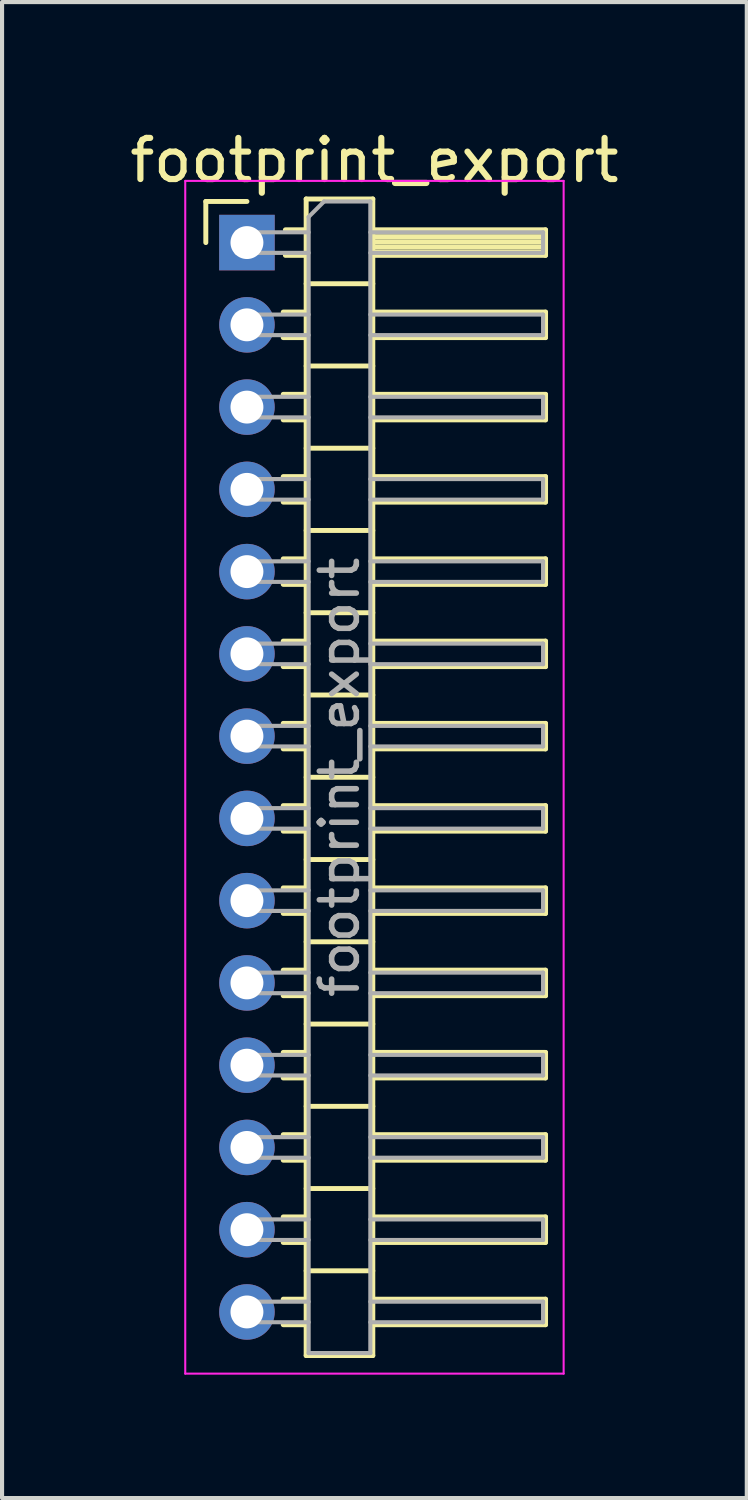
<source format=kicad_pcb>
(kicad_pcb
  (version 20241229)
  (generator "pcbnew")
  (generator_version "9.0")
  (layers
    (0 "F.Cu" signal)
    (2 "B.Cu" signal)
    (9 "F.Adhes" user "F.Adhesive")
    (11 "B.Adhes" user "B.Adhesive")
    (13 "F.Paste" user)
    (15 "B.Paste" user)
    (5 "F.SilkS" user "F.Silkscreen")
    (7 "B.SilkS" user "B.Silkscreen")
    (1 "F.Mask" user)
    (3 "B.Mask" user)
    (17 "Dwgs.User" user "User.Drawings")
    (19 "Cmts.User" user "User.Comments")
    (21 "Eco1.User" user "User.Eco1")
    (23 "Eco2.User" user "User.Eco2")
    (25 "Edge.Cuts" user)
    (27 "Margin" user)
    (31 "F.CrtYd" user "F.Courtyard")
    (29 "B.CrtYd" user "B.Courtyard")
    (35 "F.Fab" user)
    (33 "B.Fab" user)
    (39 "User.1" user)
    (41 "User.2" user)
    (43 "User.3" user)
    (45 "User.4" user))
  (footprint "footprint_export"
    (layer "F.Cu")
    (at 2.954 2.848)
    (property "Reference" "footprint_export" (at 3.1 -2 0) (layer "F.SilkS") (effects (font (size 1 1) (thickness 0.15))))
    (attr through_hole)
    (fp_line (start -1 -1) (end 0 -1) (stroke (width 0.12) (type solid)) (layer "F.SilkS"))
    (fp_line (start -1 0) (end -1 -1) (stroke (width 0.12) (type solid)) (layer "F.SilkS"))
    (fp_line (start 0.882 1.69) (end 1.44 1.69) (stroke (width 0.12) (type solid)) (layer "F.SilkS"))
    (fp_line (start 0.882 2.31) (end 1.44 2.31) (stroke (width 0.12) (type solid)) (layer "F.SilkS"))
    (fp_line (start 0.882 3.69) (end 1.44 3.69) (stroke (width 0.12) (type solid)) (layer "F.SilkS"))
    (fp_line (start 0.882 4.31) (end 1.44 4.31) (stroke (width 0.12) (type solid)) (layer "F.SilkS"))
    (fp_line (start 0.882 5.69) (end 1.44 5.69) (stroke (width 0.12) (type solid)) (layer "F.SilkS"))
    (fp_line (start 0.882 6.31) (end 1.44 6.31) (stroke (width 0.12) (type solid)) (layer "F.SilkS"))
    (fp_line (start 0.882 7.69) (end 1.44 7.69) (stroke (width 0.12) (type solid)) (layer "F.SilkS"))
    (fp_line (start 0.882 8.31) (end 1.44 8.31) (stroke (width 0.12) (type solid)) (layer "F.SilkS"))
    (fp_line (start 0.882 9.69) (end 1.44 9.69) (stroke (width 0.12) (type solid)) (layer "F.SilkS"))
    (fp_line (start 0.882 10.31) (end 1.44 10.31) (stroke (width 0.12) (type solid)) (layer "F.SilkS"))
    (fp_line (start 0.882 11.69) (end 1.44 11.69) (stroke (width 0.12) (type solid)) (layer "F.SilkS"))
    (fp_line (start 0.882 12.31) (end 1.44 12.31) (stroke (width 0.12) (type solid)) (layer "F.SilkS"))
    (fp_line (start 0.882 13.69) (end 1.44 13.69) (stroke (width 0.12) (type solid)) (layer "F.SilkS"))
    (fp_line (start 0.882 14.31) (end 1.44 14.31) (stroke (width 0.12) (type solid)) (layer "F.SilkS"))
    (fp_line (start 0.882 15.69) (end 1.44 15.69) (stroke (width 0.12) (type solid)) (layer "F.SilkS"))
    (fp_line (start 0.882 16.31) (end 1.44 16.31) (stroke (width 0.12) (type solid)) (layer "F.SilkS"))
    (fp_line (start 0.882 17.69) (end 1.44 17.69) (stroke (width 0.12) (type solid)) (layer "F.SilkS"))
    (fp_line (start 0.882 18.31) (end 1.44 18.31) (stroke (width 0.12) (type solid)) (layer "F.SilkS"))
    (fp_line (start 0.882 19.69) (end 1.44 19.69) (stroke (width 0.12) (type solid)) (layer "F.SilkS"))
    (fp_line (start 0.882 20.31) (end 1.44 20.31) (stroke (width 0.12) (type solid)) (layer "F.SilkS"))
    (fp_line (start 0.882 21.69) (end 1.44 21.69) (stroke (width 0.12) (type solid)) (layer "F.SilkS"))
    (fp_line (start 0.882 22.31) (end 1.44 22.31) (stroke (width 0.12) (type solid)) (layer "F.SilkS"))
    (fp_line (start 0.882 23.69) (end 1.44 23.69) (stroke (width 0.12) (type solid)) (layer "F.SilkS"))
    (fp_line (start 0.882 24.31) (end 1.44 24.31) (stroke (width 0.12) (type solid)) (layer "F.SilkS"))
    (fp_line (start 0.882 25.69) (end 1.44 25.69) (stroke (width 0.12) (type solid)) (layer "F.SilkS"))
    (fp_line (start 0.882 26.31) (end 1.44 26.31) (stroke (width 0.12) (type solid)) (layer "F.SilkS"))
    (fp_line (start 0.935 -0.31) (end 1.44 -0.31) (stroke (width 0.12) (type solid)) (layer "F.SilkS"))
    (fp_line (start 0.935 0.31) (end 1.44 0.31) (stroke (width 0.12) (type solid)) (layer "F.SilkS"))
    (fp_line (start 1.44 -1.06) (end 1.44 27.06) (stroke (width 0.12) (type solid)) (layer "F.SilkS"))
    (fp_line (start 1.44 1) (end 3.06 1) (stroke (width 0.12) (type solid)) (layer "F.SilkS"))
    (fp_line (start 1.44 3) (end 3.06 3) (stroke (width 0.12) (type solid)) (layer "F.SilkS"))
    (fp_line (start 1.44 5) (end 3.06 5) (stroke (width 0.12) (type solid)) (layer "F.SilkS"))
    (fp_line (start 1.44 7) (end 3.06 7) (stroke (width 0.12) (type solid)) (layer "F.SilkS"))
    (fp_line (start 1.44 9) (end 3.06 9) (stroke (width 0.12) (type solid)) (layer "F.SilkS"))
    (fp_line (start 1.44 11) (end 3.06 11) (stroke (width 0.12) (type solid)) (layer "F.SilkS"))
    (fp_line (start 1.44 13) (end 3.06 13) (stroke (width 0.12) (type solid)) (layer "F.SilkS"))
    (fp_line (start 1.44 15) (end 3.06 15) (stroke (width 0.12) (type solid)) (layer "F.SilkS"))
    (fp_line (start 1.44 17) (end 3.06 17) (stroke (width 0.12) (type solid)) (layer "F.SilkS"))
    (fp_line (start 1.44 19) (end 3.06 19) (stroke (width 0.12) (type solid)) (layer "F.SilkS"))
    (fp_line (start 1.44 21) (end 3.06 21) (stroke (width 0.12) (type solid)) (layer "F.SilkS"))
    (fp_line (start 1.44 23) (end 3.06 23) (stroke (width 0.12) (type solid)) (layer "F.SilkS"))
    (fp_line (start 1.44 25) (end 3.06 25) (stroke (width 0.12) (type solid)) (layer "F.SilkS"))
    (fp_line (start 1.44 27.06) (end 3.06 27.06) (stroke (width 0.12) (type solid)) (layer "F.SilkS"))
    (fp_line (start 3.06 -1.06) (end 1.44 -1.06) (stroke (width 0.12) (type solid)) (layer "F.SilkS"))
    (fp_line (start 3.06 -0.31) (end 7.26 -0.31) (stroke (width 0.12) (type solid)) (layer "F.SilkS"))
    (fp_line (start 3.06 -0.25) (end 7.26 -0.25) (stroke (width 0.12) (type solid)) (layer "F.SilkS"))
    (fp_line (start 3.06 -0.13) (end 7.26 -0.13) (stroke (width 0.12) (type solid)) (layer "F.SilkS"))
    (fp_line (start 3.06 -0.01) (end 7.26 -0.01) (stroke (width 0.12) (type solid)) (layer "F.SilkS"))
    (fp_line (start 3.06 0.11) (end 7.26 0.11) (stroke (width 0.12) (type solid)) (layer "F.SilkS"))
    (fp_line (start 3.06 0.23) (end 7.26 0.23) (stroke (width 0.12) (type solid)) (layer "F.SilkS"))
    (fp_line (start 3.06 1.69) (end 7.26 1.69) (stroke (width 0.12) (type solid)) (layer "F.SilkS"))
    (fp_line (start 3.06 3.69) (end 7.26 3.69) (stroke (width 0.12) (type solid)) (layer "F.SilkS"))
    (fp_line (start 3.06 5.69) (end 7.26 5.69) (stroke (width 0.12) (type solid)) (layer "F.SilkS"))
    (fp_line (start 3.06 7.69) (end 7.26 7.69) (stroke (width 0.12) (type solid)) (layer "F.SilkS"))
    (fp_line (start 3.06 9.69) (end 7.26 9.69) (stroke (width 0.12) (type solid)) (layer "F.SilkS"))
    (fp_line (start 3.06 11.69) (end 7.26 11.69) (stroke (width 0.12) (type solid)) (layer "F.SilkS"))
    (fp_line (start 3.06 13.69) (end 7.26 13.69) (stroke (width 0.12) (type solid)) (layer "F.SilkS"))
    (fp_line (start 3.06 15.69) (end 7.26 15.69) (stroke (width 0.12) (type solid)) (layer "F.SilkS"))
    (fp_line (start 3.06 17.69) (end 7.26 17.69) (stroke (width 0.12) (type solid)) (layer "F.SilkS"))
    (fp_line (start 3.06 19.69) (end 7.26 19.69) (stroke (width 0.12) (type solid)) (layer "F.SilkS"))
    (fp_line (start 3.06 21.69) (end 7.26 21.69) (stroke (width 0.12) (type solid)) (layer "F.SilkS"))
    (fp_line (start 3.06 23.69) (end 7.26 23.69) (stroke (width 0.12) (type solid)) (layer "F.SilkS"))
    (fp_line (start 3.06 25.69) (end 7.26 25.69) (stroke (width 0.12) (type solid)) (layer "F.SilkS"))
    (fp_line (start 3.06 27.06) (end 3.06 -1.06) (stroke (width 0.12) (type solid)) (layer "F.SilkS"))
    (fp_line (start 7.26 -0.31) (end 7.26 0.31) (stroke (width 0.12) (type solid)) (layer "F.SilkS"))
    (fp_line (start 7.26 0.31) (end 3.06 0.31) (stroke (width 0.12) (type solid)) (layer "F.SilkS"))
    (fp_line (start 7.26 1.69) (end 7.26 2.31) (stroke (width 0.12) (type solid)) (layer "F.SilkS"))
    (fp_line (start 7.26 2.31) (end 3.06 2.31) (stroke (width 0.12) (type solid)) (layer "F.SilkS"))
    (fp_line (start 7.26 3.69) (end 7.26 4.31) (stroke (width 0.12) (type solid)) (layer "F.SilkS"))
    (fp_line (start 7.26 4.31) (end 3.06 4.31) (stroke (width 0.12) (type solid)) (layer "F.SilkS"))
    (fp_line (start 7.26 5.69) (end 7.26 6.31) (stroke (width 0.12) (type solid)) (layer "F.SilkS"))
    (fp_line (start 7.26 6.31) (end 3.06 6.31) (stroke (width 0.12) (type solid)) (layer "F.SilkS"))
    (fp_line (start 7.26 7.69) (end 7.26 8.31) (stroke (width 0.12) (type solid)) (layer "F.SilkS"))
    (fp_line (start 7.26 8.31) (end 3.06 8.31) (stroke (width 0.12) (type solid)) (layer "F.SilkS"))
    (fp_line (start 7.26 9.69) (end 7.26 10.31) (stroke (width 0.12) (type solid)) (layer "F.SilkS"))
    (fp_line (start 7.26 10.31) (end 3.06 10.31) (stroke (width 0.12) (type solid)) (layer "F.SilkS"))
    (fp_line (start 7.26 11.69) (end 7.26 12.31) (stroke (width 0.12) (type solid)) (layer "F.SilkS"))
    (fp_line (start 7.26 12.31) (end 3.06 12.31) (stroke (width 0.12) (type solid)) (layer "F.SilkS"))
    (fp_line (start 7.26 13.69) (end 7.26 14.31) (stroke (width 0.12) (type solid)) (layer "F.SilkS"))
    (fp_line (start 7.26 14.31) (end 3.06 14.31) (stroke (width 0.12) (type solid)) (layer "F.SilkS"))
    (fp_line (start 7.26 15.69) (end 7.26 16.31) (stroke (width 0.12) (type solid)) (layer "F.SilkS"))
    (fp_line (start 7.26 16.31) (end 3.06 16.31) (stroke (width 0.12) (type solid)) (layer "F.SilkS"))
    (fp_line (start 7.26 17.69) (end 7.26 18.31) (stroke (width 0.12) (type solid)) (layer "F.SilkS"))
    (fp_line (start 7.26 18.31) (end 3.06 18.31) (stroke (width 0.12) (type solid)) (layer "F.SilkS"))
    (fp_line (start 7.26 19.69) (end 7.26 20.31) (stroke (width 0.12) (type solid)) (layer "F.SilkS"))
    (fp_line (start 7.26 20.31) (end 3.06 20.31) (stroke (width 0.12) (type solid)) (layer "F.SilkS"))
    (fp_line (start 7.26 21.69) (end 7.26 22.31) (stroke (width 0.12) (type solid)) (layer "F.SilkS"))
    (fp_line (start 7.26 22.31) (end 3.06 22.31) (stroke (width 0.12) (type solid)) (layer "F.SilkS"))
    (fp_line (start 7.26 23.69) (end 7.26 24.31) (stroke (width 0.12) (type solid)) (layer "F.SilkS"))
    (fp_line (start 7.26 24.31) (end 3.06 24.31) (stroke (width 0.12) (type solid)) (layer "F.SilkS"))
    (fp_line (start 7.26 25.69) (end 7.26 26.31) (stroke (width 0.12) (type solid)) (layer "F.SilkS"))
    (fp_line (start 7.26 26.31) (end 3.06 26.31) (stroke (width 0.12) (type solid)) (layer "F.SilkS"))
    (fp_line (start -1.5 -1.5) (end -1.5 27.5) (stroke (width 0.05) (type solid)) (layer "F.CrtYd"))
    (fp_line (start -1.5 27.5) (end 7.7 27.5) (stroke (width 0.05) (type solid)) (layer "F.CrtYd"))
    (fp_line (start 7.7 -1.5) (end -1.5 -1.5) (stroke (width 0.05) (type solid)) (layer "F.CrtYd"))
    (fp_line (start 7.7 27.5) (end 7.7 -1.5) (stroke (width 0.05) (type solid)) (layer "F.CrtYd"))
    (fp_line (start -0.25 -0.25) (end -0.25 0.25) (stroke (width 0.1) (type solid)) (layer "F.Fab"))
    (fp_line (start -0.25 -0.25) (end 1.5 -0.25) (stroke (width 0.1) (type solid)) (layer "F.Fab"))
    (fp_line (start -0.25 0.25) (end 1.5 0.25) (stroke (width 0.1) (type solid)) (layer "F.Fab"))
    (fp_line (start -0.25 1.75) (end -0.25 2.25) (stroke (width 0.1) (type solid)) (layer "F.Fab"))
    (fp_line (start -0.25 1.75) (end 1.5 1.75) (stroke (width 0.1) (type solid)) (layer "F.Fab"))
    (fp_line (start -0.25 2.25) (end 1.5 2.25) (stroke (width 0.1) (type solid)) (layer "F.Fab"))
    (fp_line (start -0.25 3.75) (end -0.25 4.25) (stroke (width 0.1) (type solid)) (layer "F.Fab"))
    (fp_line (start -0.25 3.75) (end 1.5 3.75) (stroke (width 0.1) (type solid)) (layer "F.Fab"))
    (fp_line (start -0.25 4.25) (end 1.5 4.25) (stroke (width 0.1) (type solid)) (layer "F.Fab"))
    (fp_line (start -0.25 5.75) (end -0.25 6.25) (stroke (width 0.1) (type solid)) (layer "F.Fab"))
    (fp_line (start -0.25 5.75) (end 1.5 5.75) (stroke (width 0.1) (type solid)) (layer "F.Fab"))
    (fp_line (start -0.25 6.25) (end 1.5 6.25) (stroke (width 0.1) (type solid)) (layer "F.Fab"))
    (fp_line (start -0.25 7.75) (end -0.25 8.25) (stroke (width 0.1) (type solid)) (layer "F.Fab"))
    (fp_line (start -0.25 7.75) (end 1.5 7.75) (stroke (width 0.1) (type solid)) (layer "F.Fab"))
    (fp_line (start -0.25 8.25) (end 1.5 8.25) (stroke (width 0.1) (type solid)) (layer "F.Fab"))
    (fp_line (start -0.25 9.75) (end -0.25 10.25) (stroke (width 0.1) (type solid)) (layer "F.Fab"))
    (fp_line (start -0.25 9.75) (end 1.5 9.75) (stroke (width 0.1) (type solid)) (layer "F.Fab"))
    (fp_line (start -0.25 10.25) (end 1.5 10.25) (stroke (width 0.1) (type solid)) (layer "F.Fab"))
    (fp_line (start -0.25 11.75) (end -0.25 12.25) (stroke (width 0.1) (type solid)) (layer "F.Fab"))
    (fp_line (start -0.25 11.75) (end 1.5 11.75) (stroke (width 0.1) (type solid)) (layer "F.Fab"))
    (fp_line (start -0.25 12.25) (end 1.5 12.25) (stroke (width 0.1) (type solid)) (layer "F.Fab"))
    (fp_line (start -0.25 13.75) (end -0.25 14.25) (stroke (width 0.1) (type solid)) (layer "F.Fab"))
    (fp_line (start -0.25 13.75) (end 1.5 13.75) (stroke (width 0.1) (type solid)) (layer "F.Fab"))
    (fp_line (start -0.25 14.25) (end 1.5 14.25) (stroke (width 0.1) (type solid)) (layer "F.Fab"))
    (fp_line (start -0.25 15.75) (end -0.25 16.25) (stroke (width 0.1) (type solid)) (layer "F.Fab"))
    (fp_line (start -0.25 15.75) (end 1.5 15.75) (stroke (width 0.1) (type solid)) (layer "F.Fab"))
    (fp_line (start -0.25 16.25) (end 1.5 16.25) (stroke (width 0.1) (type solid)) (layer "F.Fab"))
    (fp_line (start -0.25 17.75) (end -0.25 18.25) (stroke (width 0.1) (type solid)) (layer "F.Fab"))
    (fp_line (start -0.25 17.75) (end 1.5 17.75) (stroke (width 0.1) (type solid)) (layer "F.Fab"))
    (fp_line (start -0.25 18.25) (end 1.5 18.25) (stroke (width 0.1) (type solid)) (layer "F.Fab"))
    (fp_line (start -0.25 19.75) (end -0.25 20.25) (stroke (width 0.1) (type solid)) (layer "F.Fab"))
    (fp_line (start -0.25 19.75) (end 1.5 19.75) (stroke (width 0.1) (type solid)) (layer "F.Fab"))
    (fp_line (start -0.25 20.25) (end 1.5 20.25) (stroke (width 0.1) (type solid)) (layer "F.Fab"))
    (fp_line (start -0.25 21.75) (end -0.25 22.25) (stroke (width 0.1) (type solid)) (layer "F.Fab"))
    (fp_line (start -0.25 21.75) (end 1.5 21.75) (stroke (width 0.1) (type solid)) (layer "F.Fab"))
    (fp_line (start -0.25 22.25) (end 1.5 22.25) (stroke (width 0.1) (type solid)) (layer "F.Fab"))
    (fp_line (start -0.25 23.75) (end -0.25 24.25) (stroke (width 0.1) (type solid)) (layer "F.Fab"))
    (fp_line (start -0.25 23.75) (end 1.5 23.75) (stroke (width 0.1) (type solid)) (layer "F.Fab"))
    (fp_line (start -0.25 24.25) (end 1.5 24.25) (stroke (width 0.1) (type solid)) (layer "F.Fab"))
    (fp_line (start -0.25 25.75) (end -0.25 26.25) (stroke (width 0.1) (type solid)) (layer "F.Fab"))
    (fp_line (start -0.25 25.75) (end 1.5 25.75) (stroke (width 0.1) (type solid)) (layer "F.Fab"))
    (fp_line (start -0.25 26.25) (end 1.5 26.25) (stroke (width 0.1) (type solid)) (layer "F.Fab"))
    (fp_line (start 1.5 -0.625) (end 1.875 -1) (stroke (width 0.1) (type solid)) (layer "F.Fab"))
    (fp_line (start 1.5 27) (end 1.5 -0.625) (stroke (width 0.1) (type solid)) (layer "F.Fab"))
    (fp_line (start 1.875 -1) (end 3 -1) (stroke (width 0.1) (type solid)) (layer "F.Fab"))
    (fp_line (start 3 -1) (end 3 27) (stroke (width 0.1) (type solid)) (layer "F.Fab"))
    (fp_line (start 3 -0.25) (end 7.2 -0.25) (stroke (width 0.1) (type solid)) (layer "F.Fab"))
    (fp_line (start 3 0.25) (end 7.2 0.25) (stroke (width 0.1) (type solid)) (layer "F.Fab"))
    (fp_line (start 3 1.75) (end 7.2 1.75) (stroke (width 0.1) (type solid)) (layer "F.Fab"))
    (fp_line (start 3 2.25) (end 7.2 2.25) (stroke (width 0.1) (type solid)) (layer "F.Fab"))
    (fp_line (start 3 3.75) (end 7.2 3.75) (stroke (width 0.1) (type solid)) (layer "F.Fab"))
    (fp_line (start 3 4.25) (end 7.2 4.25) (stroke (width 0.1) (type solid)) (layer "F.Fab"))
    (fp_line (start 3 5.75) (end 7.2 5.75) (stroke (width 0.1) (type solid)) (layer "F.Fab"))
    (fp_line (start 3 6.25) (end 7.2 6.25) (stroke (width 0.1) (type solid)) (layer "F.Fab"))
    (fp_line (start 3 7.75) (end 7.2 7.75) (stroke (width 0.1) (type solid)) (layer "F.Fab"))
    (fp_line (start 3 8.25) (end 7.2 8.25) (stroke (width 0.1) (type solid)) (layer "F.Fab"))
    (fp_line (start 3 9.75) (end 7.2 9.75) (stroke (width 0.1) (type solid)) (layer "F.Fab"))
    (fp_line (start 3 10.25) (end 7.2 10.25) (stroke (width 0.1) (type solid)) (layer "F.Fab"))
    (fp_line (start 3 11.75) (end 7.2 11.75) (stroke (width 0.1) (type solid)) (layer "F.Fab"))
    (fp_line (start 3 12.25) (end 7.2 12.25) (stroke (width 0.1) (type solid)) (layer "F.Fab"))
    (fp_line (start 3 13.75) (end 7.2 13.75) (stroke (width 0.1) (type solid)) (layer "F.Fab"))
    (fp_line (start 3 14.25) (end 7.2 14.25) (stroke (width 0.1) (type solid)) (layer "F.Fab"))
    (fp_line (start 3 15.75) (end 7.2 15.75) (stroke (width 0.1) (type solid)) (layer "F.Fab"))
    (fp_line (start 3 16.25) (end 7.2 16.25) (stroke (width 0.1) (type solid)) (layer "F.Fab"))
    (fp_line (start 3 17.75) (end 7.2 17.75) (stroke (width 0.1) (type solid)) (layer "F.Fab"))
    (fp_line (start 3 18.25) (end 7.2 18.25) (stroke (width 0.1) (type solid)) (layer "F.Fab"))
    (fp_line (start 3 19.75) (end 7.2 19.75) (stroke (width 0.1) (type solid)) (layer "F.Fab"))
    (fp_line (start 3 20.25) (end 7.2 20.25) (stroke (width 0.1) (type solid)) (layer "F.Fab"))
    (fp_line (start 3 21.75) (end 7.2 21.75) (stroke (width 0.1) (type solid)) (layer "F.Fab"))
    (fp_line (start 3 22.25) (end 7.2 22.25) (stroke (width 0.1) (type solid)) (layer "F.Fab"))
    (fp_line (start 3 23.75) (end 7.2 23.75) (stroke (width 0.1) (type solid)) (layer "F.Fab"))
    (fp_line (start 3 24.25) (end 7.2 24.25) (stroke (width 0.1) (type solid)) (layer "F.Fab"))
    (fp_line (start 3 25.75) (end 7.2 25.75) (stroke (width 0.1) (type solid)) (layer "F.Fab"))
    (fp_line (start 3 26.25) (end 7.2 26.25) (stroke (width 0.1) (type solid)) (layer "F.Fab"))
    (fp_line (start 3 27) (end 1.5 27) (stroke (width 0.1) (type solid)) (layer "F.Fab"))
    (fp_line (start 7.2 -0.25) (end 7.2 0.25) (stroke (width 0.1) (type solid)) (layer "F.Fab"))
    (fp_line (start 7.2 1.75) (end 7.2 2.25) (stroke (width 0.1) (type solid)) (layer "F.Fab"))
    (fp_line (start 7.2 3.75) (end 7.2 4.25) (stroke (width 0.1) (type solid)) (layer "F.Fab"))
    (fp_line (start 7.2 5.75) (end 7.2 6.25) (stroke (width 0.1) (type solid)) (layer "F.Fab"))
    (fp_line (start 7.2 7.75) (end 7.2 8.25) (stroke (width 0.1) (type solid)) (layer "F.Fab"))
    (fp_line (start 7.2 9.75) (end 7.2 10.25) (stroke (width 0.1) (type solid)) (layer "F.Fab"))
    (fp_line (start 7.2 11.75) (end 7.2 12.25) (stroke (width 0.1) (type solid)) (layer "F.Fab"))
    (fp_line (start 7.2 13.75) (end 7.2 14.25) (stroke (width 0.1) (type solid)) (layer "F.Fab"))
    (fp_line (start 7.2 15.75) (end 7.2 16.25) (stroke (width 0.1) (type solid)) (layer "F.Fab"))
    (fp_line (start 7.2 17.75) (end 7.2 18.25) (stroke (width 0.1) (type solid)) (layer "F.Fab"))
    (fp_line (start 7.2 19.75) (end 7.2 20.25) (stroke (width 0.1) (type solid)) (layer "F.Fab"))
    (fp_line (start 7.2 21.75) (end 7.2 22.25) (stroke (width 0.1) (type solid)) (layer "F.Fab"))
    (fp_line (start 7.2 23.75) (end 7.2 24.25) (stroke (width 0.1) (type solid)) (layer "F.Fab"))
    (fp_line (start 7.2 25.75) (end 7.2 26.25) (stroke (width 0.1) (type solid)) (layer "F.Fab"))
    (fp_text user "${REFERENCE}" (at 2.25 13 90) (layer "F.Fab") (effects (font (size 0.9 0.9) (thickness 0.135))))
    (pad "1" thru_hole rect (at 0 0) (size 1.35 1.35) (drill 0.8) (layers "*.Cu" "*.Mask"))
    (pad "2" thru_hole oval (at 0 2) (size 1.35 1.35) (drill 0.8) (layers "*.Cu" "*.Mask"))
    (pad "3" thru_hole oval (at 0 4) (size 1.35 1.35) (drill 0.8) (layers "*.Cu" "*.Mask"))
    (pad "4" thru_hole oval (at 0 6) (size 1.35 1.35) (drill 0.8) (layers "*.Cu" "*.Mask"))
    (pad "5" thru_hole oval (at 0 8) (size 1.35 1.35) (drill 0.8) (layers "*.Cu" "*.Mask"))
    (pad "6" thru_hole oval (at 0 10) (size 1.35 1.35) (drill 0.8) (layers "*.Cu" "*.Mask"))
    (pad "7" thru_hole oval (at 0 12) (size 1.35 1.35) (drill 0.8) (layers "*.Cu" "*.Mask"))
    (pad "8" thru_hole oval (at 0 14) (size 1.35 1.35) (drill 0.8) (layers "*.Cu" "*.Mask"))
    (pad "9" thru_hole oval (at 0 16) (size 1.35 1.35) (drill 0.8) (layers "*.Cu" "*.Mask"))
    (pad "10" thru_hole oval (at 0 18) (size 1.35 1.35) (drill 0.8) (layers "*.Cu" "*.Mask"))
    (pad "11" thru_hole oval (at 0 20) (size 1.35 1.35) (drill 0.8) (layers "*.Cu" "*.Mask"))
    (pad "12" thru_hole oval (at 0 22) (size 1.35 1.35) (drill 0.8) (layers "*.Cu" "*.Mask"))
    (pad "13" thru_hole oval (at 0 24) (size 1.35 1.35) (drill 0.8) (layers "*.Cu" "*.Mask"))
    (pad "14" thru_hole oval (at 0 26) (size 1.35 1.35) (drill 0.8) (layers "*.Cu" "*.Mask")))
  (gr_rect
    (start -3 -3)
    (end 15.107 33.373)
    (stroke (width 0.1) (type default))
    (fill no)
    (layer "Edge.Cuts")))
</source>
